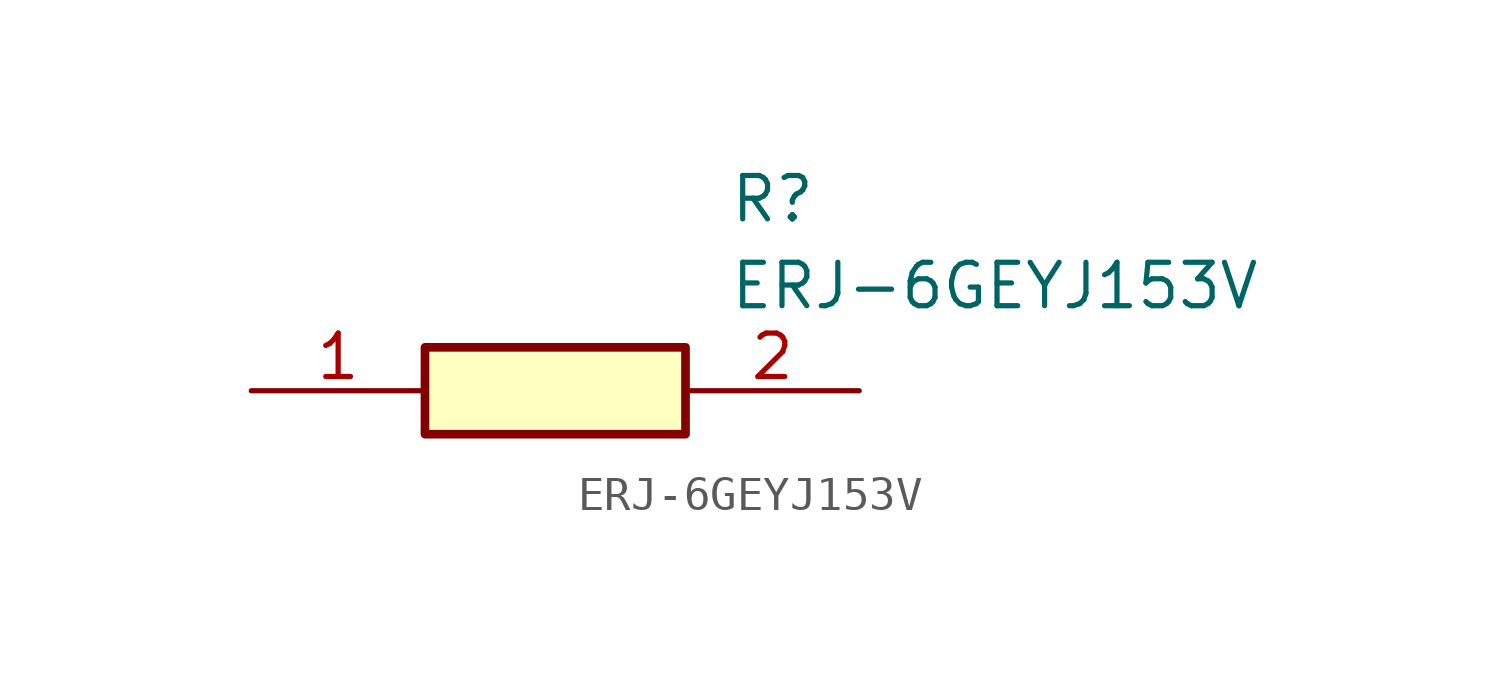
<source format=kicad_sym>
(kicad_symbol_lib
  (version 20211014)
  (generator SamacSys_ECAD_Model)
  (symbol "ERJ-6GEYJ153V"
    (pin_names hide)
    (property "Reference" "R"
      (at 13.97 6.35 0)
      (effects (font (size 1.27 1.27)) (justify left top)))
    (property "Value" "ERJ-6GEYJ153V"
      (at 13.97 3.81 0)
      (effects (font (size 1.27 1.27)) (justify left top)))
    (rectangle
      (start 5.08 1.27)
      (end 12.7 -1.27)
      (stroke (width 0.254) (type default))
      (fill (type background)))
    (pin passive line
      (at 0 0 0)
      (length 5.08)
      (name "1" (effects (font (size 1.27 1.27))))
      (number "1" (effects (font (size 1.27 1.27)))))
    (pin passive line
      (at 17.78 0 180)
      (length 5.08)
      (name "2" (effects (font (size 1.27 1.27))))
      (number "2" (effects (font (size 1.27 1.27)))))))
</source>
